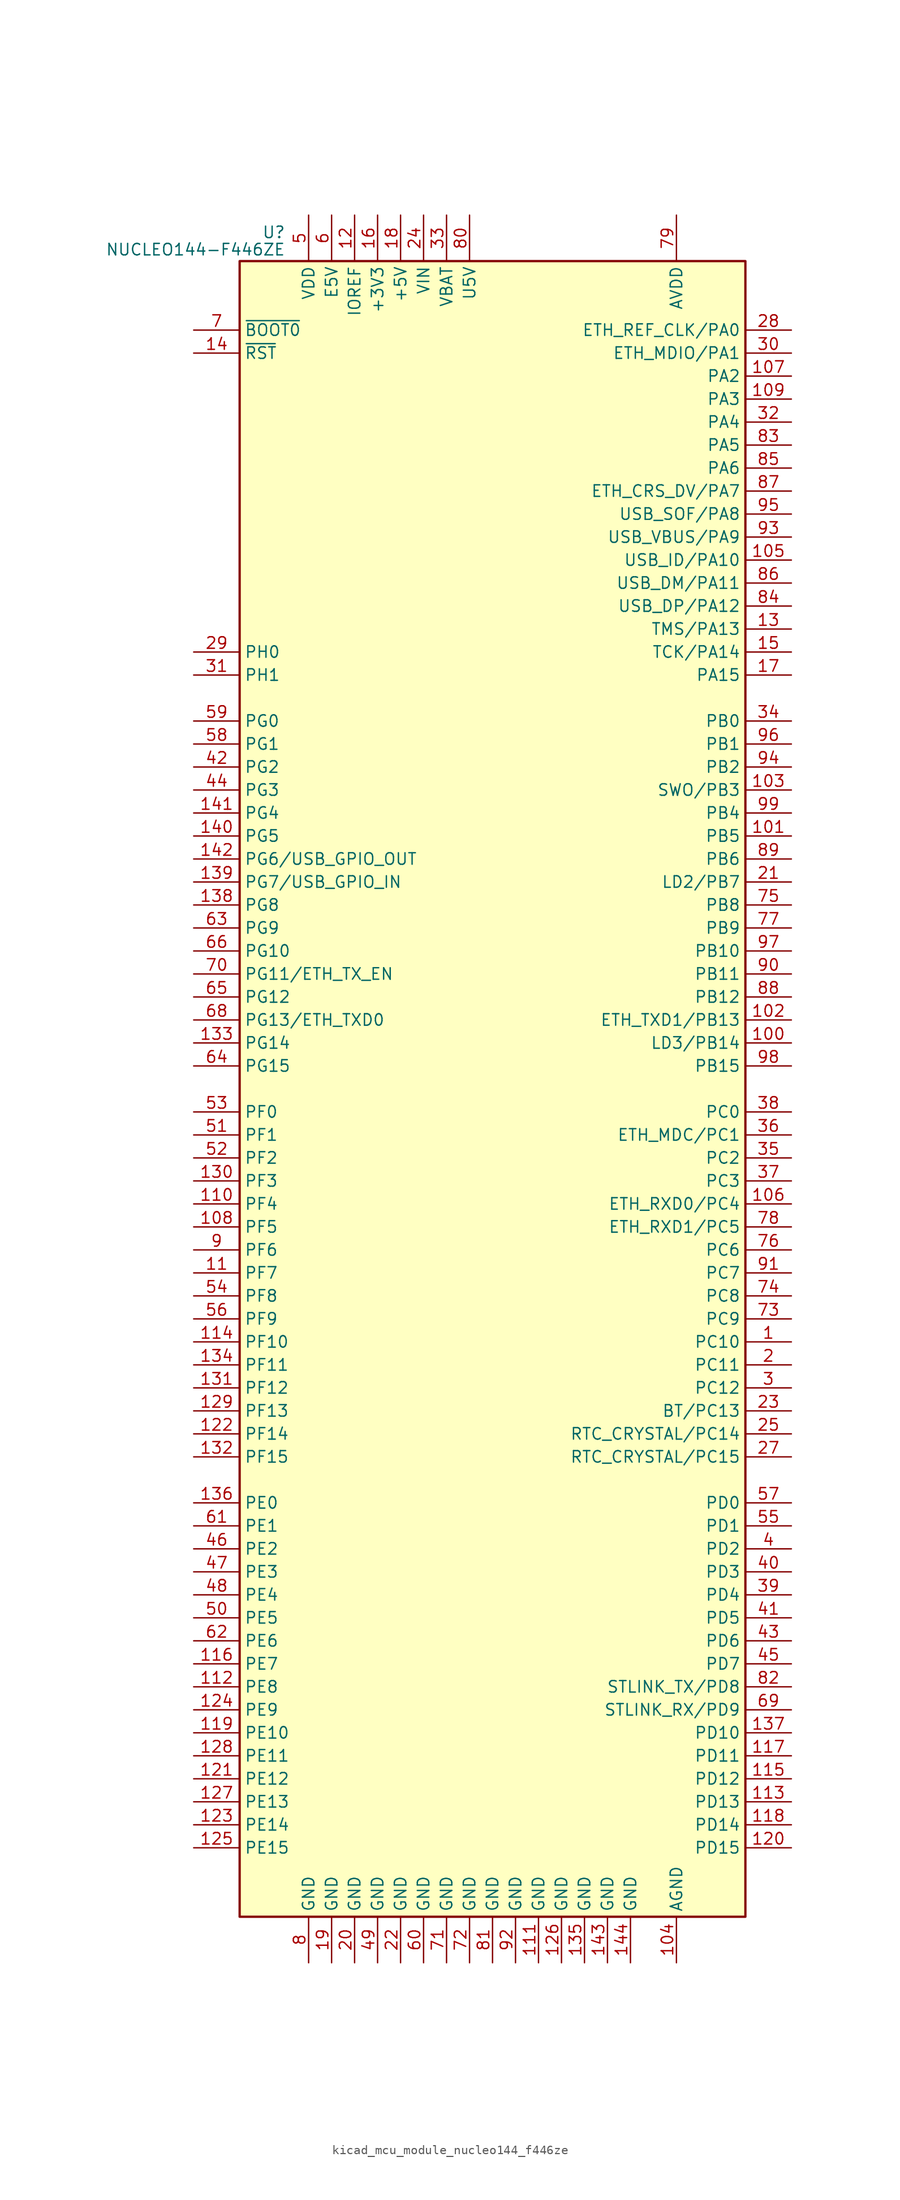
<source format=kicad_sym>
(kicad_symbol_lib
  (version 20220914)
  (generator kicad_symbol_editor)
  (symbol "kicad_mcu_module_nucleo144_f446ze"
    (property "Reference" "U"
      (at -22.86 94.615 0)
      (effects (font (size 1.27 1.27)) (justify right)))
    (property "Value" "NUCLEO144-F446ZE"
      (at -22.86 92.71 0)
      (effects (font (size 1.27 1.27)) (justify right)))
    (symbol "kicad_mcu_module_nucleo144_f446ze_0_1"
      (rectangle (start -27.94 -91.44) (end 27.94 91.44) (stroke (width 0.254) (type default)) (fill (type background))))
    (symbol "kicad_mcu_module_nucleo144_f446ze_1_1"
      (pin bidirectional line (at 33.02 -27.94 180) (length 5.08) (name "PC10" (effects (font (size 1.27 1.27)))) (number "1" (effects (font (size 1.27 1.27)))))
      (pin no_connect line (at -27.94 55.88 0) (length 5.08) hide (name "NC" (effects (font (size 1.27 1.27)))) (number "10" (effects (font (size 1.27 1.27)))))
      (pin bidirectional line (at 33.02 5.08 180) (length 5.08) (name "LD3/PB14" (effects (font (size 1.27 1.27)))) (number "100" (effects (font (size 1.27 1.27)))))
      (pin bidirectional line (at 33.02 27.94 180) (length 5.08) (name "PB5" (effects (font (size 1.27 1.27)))) (number "101" (effects (font (size 1.27 1.27)))))
      (pin bidirectional line (at 33.02 7.62 180) (length 5.08) (name "ETH_TXD1/PB13" (effects (font (size 1.27 1.27)))) (number "102" (effects (font (size 1.27 1.27)))))
      (pin bidirectional line (at 33.02 33.02 180) (length 5.08) (name "SWO/PB3" (effects (font (size 1.27 1.27)))) (number "103" (effects (font (size 1.27 1.27)))))
      (pin power_in line (at 20.32 -96.52 90) (length 5.08) (name "AGND" (effects (font (size 1.27 1.27)))) (number "104" (effects (font (size 1.27 1.27)))))
      (pin bidirectional line (at 33.02 58.42 180) (length 5.08) (name "USB_ID/PA10" (effects (font (size 1.27 1.27)))) (number "105" (effects (font (size 1.27 1.27)))))
      (pin bidirectional line (at 33.02 -12.7 180) (length 5.08) (name "ETH_RXD0/PC4" (effects (font (size 1.27 1.27)))) (number "106" (effects (font (size 1.27 1.27)))))
      (pin bidirectional line (at 33.02 78.74 180) (length 5.08) (name "PA2" (effects (font (size 1.27 1.27)))) (number "107" (effects (font (size 1.27 1.27)))))
      (pin bidirectional line (at -33.02 -15.24 0) (length 5.08) (name "PF5" (effects (font (size 1.27 1.27)))) (number "108" (effects (font (size 1.27 1.27)))))
      (pin bidirectional line (at 33.02 76.2 180) (length 5.08) (name "PA3" (effects (font (size 1.27 1.27)))) (number "109" (effects (font (size 1.27 1.27)))))
      (pin bidirectional line (at -33.02 -20.32 0) (length 5.08) (name "PF7" (effects (font (size 1.27 1.27)))) (number "11" (effects (font (size 1.27 1.27)))))
      (pin bidirectional line (at -33.02 -12.7 0) (length 5.08) (name "PF4" (effects (font (size 1.27 1.27)))) (number "110" (effects (font (size 1.27 1.27)))))
      (pin power_in line (at 5.08 -96.52 90) (length 5.08) (name "GND" (effects (font (size 1.27 1.27)))) (number "111" (effects (font (size 1.27 1.27)))))
      (pin bidirectional line (at -33.02 -66.04 0) (length 5.08) (name "PE8" (effects (font (size 1.27 1.27)))) (number "112" (effects (font (size 1.27 1.27)))))
      (pin bidirectional line (at 33.02 -78.74 180) (length 5.08) (name "PD13" (effects (font (size 1.27 1.27)))) (number "113" (effects (font (size 1.27 1.27)))))
      (pin bidirectional line (at -33.02 -27.94 0) (length 5.08) (name "PF10" (effects (font (size 1.27 1.27)))) (number "114" (effects (font (size 1.27 1.27)))))
      (pin bidirectional line (at 33.02 -76.2 180) (length 5.08) (name "PD12" (effects (font (size 1.27 1.27)))) (number "115" (effects (font (size 1.27 1.27)))))
      (pin bidirectional line (at -33.02 -63.5 0) (length 5.08) (name "PE7" (effects (font (size 1.27 1.27)))) (number "116" (effects (font (size 1.27 1.27)))))
      (pin bidirectional line (at 33.02 -73.66 180) (length 5.08) (name "PD11" (effects (font (size 1.27 1.27)))) (number "117" (effects (font (size 1.27 1.27)))))
      (pin bidirectional line (at 33.02 -81.28 180) (length 5.08) (name "PD14" (effects (font (size 1.27 1.27)))) (number "118" (effects (font (size 1.27 1.27)))))
      (pin bidirectional line (at -33.02 -71.12 0) (length 5.08) (name "PE10" (effects (font (size 1.27 1.27)))) (number "119" (effects (font (size 1.27 1.27)))))
      (pin power_in line (at -15.24 96.52 270) (length 5.08) (name "IOREF" (effects (font (size 1.27 1.27)))) (number "12" (effects (font (size 1.27 1.27)))))
      (pin bidirectional line (at 33.02 -83.82 180) (length 5.08) (name "PD15" (effects (font (size 1.27 1.27)))) (number "120" (effects (font (size 1.27 1.27)))))
      (pin bidirectional line (at -33.02 -76.2 0) (length 5.08) (name "PE12" (effects (font (size 1.27 1.27)))) (number "121" (effects (font (size 1.27 1.27)))))
      (pin bidirectional line (at -33.02 -38.1 0) (length 5.08) (name "PF14" (effects (font (size 1.27 1.27)))) (number "122" (effects (font (size 1.27 1.27)))))
      (pin bidirectional line (at -33.02 -81.28 0) (length 5.08) (name "PE14" (effects (font (size 1.27 1.27)))) (number "123" (effects (font (size 1.27 1.27)))))
      (pin bidirectional line (at -33.02 -68.58 0) (length 5.08) (name "PE9" (effects (font (size 1.27 1.27)))) (number "124" (effects (font (size 1.27 1.27)))))
      (pin bidirectional line (at -33.02 -83.82 0) (length 5.08) (name "PE15" (effects (font (size 1.27 1.27)))) (number "125" (effects (font (size 1.27 1.27)))))
      (pin power_in line (at 7.62 -96.52 90) (length 5.08) (name "GND" (effects (font (size 1.27 1.27)))) (number "126" (effects (font (size 1.27 1.27)))))
      (pin bidirectional line (at -33.02 -78.74 0) (length 5.08) (name "PE13" (effects (font (size 1.27 1.27)))) (number "127" (effects (font (size 1.27 1.27)))))
      (pin bidirectional line (at -33.02 -73.66 0) (length 5.08) (name "PE11" (effects (font (size 1.27 1.27)))) (number "128" (effects (font (size 1.27 1.27)))))
      (pin bidirectional line (at -33.02 -35.56 0) (length 5.08) (name "PF13" (effects (font (size 1.27 1.27)))) (number "129" (effects (font (size 1.27 1.27)))))
      (pin bidirectional line (at 33.02 50.8 180) (length 5.08) (name "TMS/PA13" (effects (font (size 1.27 1.27)))) (number "13" (effects (font (size 1.27 1.27)))))
      (pin bidirectional line (at -33.02 -10.16 0) (length 5.08) (name "PF3" (effects (font (size 1.27 1.27)))) (number "130" (effects (font (size 1.27 1.27)))))
      (pin bidirectional line (at -33.02 -33.02 0) (length 5.08) (name "PF12" (effects (font (size 1.27 1.27)))) (number "131" (effects (font (size 1.27 1.27)))))
      (pin bidirectional line (at -33.02 -40.64 0) (length 5.08) (name "PF15" (effects (font (size 1.27 1.27)))) (number "132" (effects (font (size 1.27 1.27)))))
      (pin bidirectional line (at -33.02 5.08 0) (length 5.08) (name "PG14" (effects (font (size 1.27 1.27)))) (number "133" (effects (font (size 1.27 1.27)))))
      (pin bidirectional line (at -33.02 -30.48 0) (length 5.08) (name "PF11" (effects (font (size 1.27 1.27)))) (number "134" (effects (font (size 1.27 1.27)))))
      (pin power_in line (at 10.16 -96.52 90) (length 5.08) (name "GND" (effects (font (size 1.27 1.27)))) (number "135" (effects (font (size 1.27 1.27)))))
      (pin bidirectional line (at -33.02 -45.72 0) (length 5.08) (name "PE0" (effects (font (size 1.27 1.27)))) (number "136" (effects (font (size 1.27 1.27)))))
      (pin bidirectional line (at 33.02 -71.12 180) (length 5.08) (name "PD10" (effects (font (size 1.27 1.27)))) (number "137" (effects (font (size 1.27 1.27)))))
      (pin bidirectional line (at -33.02 20.32 0) (length 5.08) (name "PG8" (effects (font (size 1.27 1.27)))) (number "138" (effects (font (size 1.27 1.27)))))
      (pin bidirectional line (at -33.02 22.86 0) (length 5.08) (name "PG7/USB_GPIO_IN" (effects (font (size 1.27 1.27)))) (number "139" (effects (font (size 1.27 1.27)))))
      (pin input line (at -33.02 81.28 0) (length 5.08) (name "~{RST}" (effects (font (size 1.27 1.27)))) (number "14" (effects (font (size 1.27 1.27)))))
      (pin bidirectional line (at -33.02 27.94 0) (length 5.08) (name "PG5" (effects (font (size 1.27 1.27)))) (number "140" (effects (font (size 1.27 1.27)))))
      (pin bidirectional line (at -33.02 30.48 0) (length 5.08) (name "PG4" (effects (font (size 1.27 1.27)))) (number "141" (effects (font (size 1.27 1.27)))))
      (pin bidirectional line (at -33.02 25.4 0) (length 5.08) (name "PG6/USB_GPIO_OUT" (effects (font (size 1.27 1.27)))) (number "142" (effects (font (size 1.27 1.27)))))
      (pin power_in line (at 12.7 -96.52 90) (length 5.08) (name "GND" (effects (font (size 1.27 1.27)))) (number "143" (effects (font (size 1.27 1.27)))))
      (pin power_in line (at 15.24 -96.52 90) (length 5.08) (name "GND" (effects (font (size 1.27 1.27)))) (number "144" (effects (font (size 1.27 1.27)))))
      (pin bidirectional line (at 33.02 48.26 180) (length 5.08) (name "TCK/PA14" (effects (font (size 1.27 1.27)))) (number "15" (effects (font (size 1.27 1.27)))))
      (pin power_in line (at -12.7 96.52 270) (length 5.08) (name "+3V3" (effects (font (size 1.27 1.27)))) (number "16" (effects (font (size 1.27 1.27)))))
      (pin bidirectional line (at 33.02 45.72 180) (length 5.08) (name "PA15" (effects (font (size 1.27 1.27)))) (number "17" (effects (font (size 1.27 1.27)))))
      (pin power_in line (at -10.16 96.52 270) (length 5.08) (name "+5V" (effects (font (size 1.27 1.27)))) (number "18" (effects (font (size 1.27 1.27)))))
      (pin power_in line (at -17.78 -96.52 90) (length 5.08) (name "GND" (effects (font (size 1.27 1.27)))) (number "19" (effects (font (size 1.27 1.27)))))
      (pin bidirectional line (at 33.02 -30.48 180) (length 5.08) (name "PC11" (effects (font (size 1.27 1.27)))) (number "2" (effects (font (size 1.27 1.27)))))
      (pin power_in line (at -15.24 -96.52 90) (length 5.08) (name "GND" (effects (font (size 1.27 1.27)))) (number "20" (effects (font (size 1.27 1.27)))))
      (pin bidirectional line (at 33.02 22.86 180) (length 5.08) (name "LD2/PB7" (effects (font (size 1.27 1.27)))) (number "21" (effects (font (size 1.27 1.27)))))
      (pin power_in line (at -10.16 -96.52 90) (length 5.08) (name "GND" (effects (font (size 1.27 1.27)))) (number "22" (effects (font (size 1.27 1.27)))))
      (pin bidirectional line (at 33.02 -35.56 180) (length 5.08) (name "BT/PC13" (effects (font (size 1.27 1.27)))) (number "23" (effects (font (size 1.27 1.27)))))
      (pin power_in line (at -7.62 96.52 270) (length 5.08) (name "VIN" (effects (font (size 1.27 1.27)))) (number "24" (effects (font (size 1.27 1.27)))))
      (pin bidirectional line (at 33.02 -38.1 180) (length 5.08) (name "RTC_CRYSTAL/PC14" (effects (font (size 1.27 1.27)))) (number "25" (effects (font (size 1.27 1.27)))))
      (pin no_connect line (at -27.94 58.42 0) (length 5.08) hide (name "NC" (effects (font (size 1.27 1.27)))) (number "26" (effects (font (size 1.27 1.27)))))
      (pin bidirectional line (at 33.02 -40.64 180) (length 5.08) (name "RTC_CRYSTAL/PC15" (effects (font (size 1.27 1.27)))) (number "27" (effects (font (size 1.27 1.27)))))
      (pin bidirectional line (at 33.02 83.82 180) (length 5.08) (name "ETH_REF_CLK/PA0" (effects (font (size 1.27 1.27)))) (number "28" (effects (font (size 1.27 1.27)))))
      (pin bidirectional line (at -33.02 48.26 0) (length 5.08) (name "PH0" (effects (font (size 1.27 1.27)))) (number "29" (effects (font (size 1.27 1.27)))))
      (pin bidirectional line (at 33.02 -33.02 180) (length 5.08) (name "PC12" (effects (font (size 1.27 1.27)))) (number "3" (effects (font (size 1.27 1.27)))))
      (pin bidirectional line (at 33.02 81.28 180) (length 5.08) (name "ETH_MDIO/PA1" (effects (font (size 1.27 1.27)))) (number "30" (effects (font (size 1.27 1.27)))))
      (pin bidirectional line (at -33.02 45.72 0) (length 5.08) (name "PH1" (effects (font (size 1.27 1.27)))) (number "31" (effects (font (size 1.27 1.27)))))
      (pin bidirectional line (at 33.02 73.66 180) (length 5.08) (name "PA4" (effects (font (size 1.27 1.27)))) (number "32" (effects (font (size 1.27 1.27)))))
      (pin power_in line (at -5.08 96.52 270) (length 5.08) (name "VBAT" (effects (font (size 1.27 1.27)))) (number "33" (effects (font (size 1.27 1.27)))))
      (pin bidirectional line (at 33.02 40.64 180) (length 5.08) (name "PB0" (effects (font (size 1.27 1.27)))) (number "34" (effects (font (size 1.27 1.27)))))
      (pin bidirectional line (at 33.02 -7.62 180) (length 5.08) (name "PC2" (effects (font (size 1.27 1.27)))) (number "35" (effects (font (size 1.27 1.27)))))
      (pin bidirectional line (at 33.02 -5.08 180) (length 5.08) (name "ETH_MDC/PC1" (effects (font (size 1.27 1.27)))) (number "36" (effects (font (size 1.27 1.27)))))
      (pin bidirectional line (at 33.02 -10.16 180) (length 5.08) (name "PC3" (effects (font (size 1.27 1.27)))) (number "37" (effects (font (size 1.27 1.27)))))
      (pin bidirectional line (at 33.02 -2.54 180) (length 5.08) (name "PC0" (effects (font (size 1.27 1.27)))) (number "38" (effects (font (size 1.27 1.27)))))
      (pin bidirectional line (at 33.02 -55.88 180) (length 5.08) (name "PD4" (effects (font (size 1.27 1.27)))) (number "39" (effects (font (size 1.27 1.27)))))
      (pin bidirectional line (at 33.02 -50.8 180) (length 5.08) (name "PD2" (effects (font (size 1.27 1.27)))) (number "4" (effects (font (size 1.27 1.27)))))
      (pin bidirectional line (at 33.02 -53.34 180) (length 5.08) (name "PD3" (effects (font (size 1.27 1.27)))) (number "40" (effects (font (size 1.27 1.27)))))
      (pin bidirectional line (at 33.02 -58.42 180) (length 5.08) (name "PD5" (effects (font (size 1.27 1.27)))) (number "41" (effects (font (size 1.27 1.27)))))
      (pin bidirectional line (at -33.02 35.56 0) (length 5.08) (name "PG2" (effects (font (size 1.27 1.27)))) (number "42" (effects (font (size 1.27 1.27)))))
      (pin bidirectional line (at 33.02 -60.96 180) (length 5.08) (name "PD6" (effects (font (size 1.27 1.27)))) (number "43" (effects (font (size 1.27 1.27)))))
      (pin bidirectional line (at -33.02 33.02 0) (length 5.08) (name "PG3" (effects (font (size 1.27 1.27)))) (number "44" (effects (font (size 1.27 1.27)))))
      (pin bidirectional line (at 33.02 -63.5 180) (length 5.08) (name "PD7" (effects (font (size 1.27 1.27)))) (number "45" (effects (font (size 1.27 1.27)))))
      (pin bidirectional line (at -33.02 -50.8 0) (length 5.08) (name "PE2" (effects (font (size 1.27 1.27)))) (number "46" (effects (font (size 1.27 1.27)))))
      (pin bidirectional line (at -33.02 -53.34 0) (length 5.08) (name "PE3" (effects (font (size 1.27 1.27)))) (number "47" (effects (font (size 1.27 1.27)))))
      (pin bidirectional line (at -33.02 -55.88 0) (length 5.08) (name "PE4" (effects (font (size 1.27 1.27)))) (number "48" (effects (font (size 1.27 1.27)))))
      (pin power_in line (at -12.7 -96.52 90) (length 5.08) (name "GND" (effects (font (size 1.27 1.27)))) (number "49" (effects (font (size 1.27 1.27)))))
      (pin power_in line (at -20.32 96.52 270) (length 5.08) (name "VDD" (effects (font (size 1.27 1.27)))) (number "5" (effects (font (size 1.27 1.27)))))
      (pin bidirectional line (at -33.02 -58.42 0) (length 5.08) (name "PE5" (effects (font (size 1.27 1.27)))) (number "50" (effects (font (size 1.27 1.27)))))
      (pin bidirectional line (at -33.02 -5.08 0) (length 5.08) (name "PF1" (effects (font (size 1.27 1.27)))) (number "51" (effects (font (size 1.27 1.27)))))
      (pin bidirectional line (at -33.02 -7.62 0) (length 5.08) (name "PF2" (effects (font (size 1.27 1.27)))) (number "52" (effects (font (size 1.27 1.27)))))
      (pin bidirectional line (at -33.02 -2.54 0) (length 5.08) (name "PF0" (effects (font (size 1.27 1.27)))) (number "53" (effects (font (size 1.27 1.27)))))
      (pin bidirectional line (at -33.02 -22.86 0) (length 5.08) (name "PF8" (effects (font (size 1.27 1.27)))) (number "54" (effects (font (size 1.27 1.27)))))
      (pin bidirectional line (at 33.02 -48.26 180) (length 5.08) (name "PD1" (effects (font (size 1.27 1.27)))) (number "55" (effects (font (size 1.27 1.27)))))
      (pin bidirectional line (at -33.02 -25.4 0) (length 5.08) (name "PF9" (effects (font (size 1.27 1.27)))) (number "56" (effects (font (size 1.27 1.27)))))
      (pin bidirectional line (at 33.02 -45.72 180) (length 5.08) (name "PD0" (effects (font (size 1.27 1.27)))) (number "57" (effects (font (size 1.27 1.27)))))
      (pin bidirectional line (at -33.02 38.1 0) (length 5.08) (name "PG1" (effects (font (size 1.27 1.27)))) (number "58" (effects (font (size 1.27 1.27)))))
      (pin bidirectional line (at -33.02 40.64 0) (length 5.08) (name "PG0" (effects (font (size 1.27 1.27)))) (number "59" (effects (font (size 1.27 1.27)))))
      (pin power_in line (at -17.78 96.52 270) (length 5.08) (name "E5V" (effects (font (size 1.27 1.27)))) (number "6" (effects (font (size 1.27 1.27)))))
      (pin power_in line (at -7.62 -96.52 90) (length 5.08) (name "GND" (effects (font (size 1.27 1.27)))) (number "60" (effects (font (size 1.27 1.27)))))
      (pin bidirectional line (at -33.02 -48.26 0) (length 5.08) (name "PE1" (effects (font (size 1.27 1.27)))) (number "61" (effects (font (size 1.27 1.27)))))
      (pin bidirectional line (at -33.02 -60.96 0) (length 5.08) (name "PE6" (effects (font (size 1.27 1.27)))) (number "62" (effects (font (size 1.27 1.27)))))
      (pin bidirectional line (at -33.02 17.78 0) (length 5.08) (name "PG9" (effects (font (size 1.27 1.27)))) (number "63" (effects (font (size 1.27 1.27)))))
      (pin bidirectional line (at -33.02 2.54 0) (length 5.08) (name "PG15" (effects (font (size 1.27 1.27)))) (number "64" (effects (font (size 1.27 1.27)))))
      (pin bidirectional line (at -33.02 10.16 0) (length 5.08) (name "PG12" (effects (font (size 1.27 1.27)))) (number "65" (effects (font (size 1.27 1.27)))))
      (pin bidirectional line (at -33.02 15.24 0) (length 5.08) (name "PG10" (effects (font (size 1.27 1.27)))) (number "66" (effects (font (size 1.27 1.27)))))
      (pin no_connect line (at -27.94 53.34 0) (length 5.08) hide (name "NC" (effects (font (size 1.27 1.27)))) (number "67" (effects (font (size 1.27 1.27)))))
      (pin bidirectional line (at -33.02 7.62 0) (length 5.08) (name "PG13/ETH_TXD0" (effects (font (size 1.27 1.27)))) (number "68" (effects (font (size 1.27 1.27)))))
      (pin bidirectional line (at 33.02 -68.58 180) (length 5.08) (name "STLINK_RX/PD9" (effects (font (size 1.27 1.27)))) (number "69" (effects (font (size 1.27 1.27)))))
      (pin input line (at -33.02 83.82 0) (length 5.08) (name "~{BOOT0}" (effects (font (size 1.27 1.27)))) (number "7" (effects (font (size 1.27 1.27)))))
      (pin bidirectional line (at -33.02 12.7 0) (length 5.08) (name "PG11/ETH_TX_EN" (effects (font (size 1.27 1.27)))) (number "70" (effects (font (size 1.27 1.27)))))
      (pin power_in line (at -5.08 -96.52 90) (length 5.08) (name "GND" (effects (font (size 1.27 1.27)))) (number "71" (effects (font (size 1.27 1.27)))))
      (pin power_in line (at -2.54 -96.52 90) (length 5.08) (name "GND" (effects (font (size 1.27 1.27)))) (number "72" (effects (font (size 1.27 1.27)))))
      (pin bidirectional line (at 33.02 -25.4 180) (length 5.08) (name "PC9" (effects (font (size 1.27 1.27)))) (number "73" (effects (font (size 1.27 1.27)))))
      (pin bidirectional line (at 33.02 -22.86 180) (length 5.08) (name "PC8" (effects (font (size 1.27 1.27)))) (number "74" (effects (font (size 1.27 1.27)))))
      (pin bidirectional line (at 33.02 20.32 180) (length 5.08) (name "PB8" (effects (font (size 1.27 1.27)))) (number "75" (effects (font (size 1.27 1.27)))))
      (pin bidirectional line (at 33.02 -17.78 180) (length 5.08) (name "PC6" (effects (font (size 1.27 1.27)))) (number "76" (effects (font (size 1.27 1.27)))))
      (pin bidirectional line (at 33.02 17.78 180) (length 5.08) (name "PB9" (effects (font (size 1.27 1.27)))) (number "77" (effects (font (size 1.27 1.27)))))
      (pin bidirectional line (at 33.02 -15.24 180) (length 5.08) (name "ETH_RXD1/PC5" (effects (font (size 1.27 1.27)))) (number "78" (effects (font (size 1.27 1.27)))))
      (pin power_in line (at 20.32 96.52 270) (length 5.08) (name "AVDD" (effects (font (size 1.27 1.27)))) (number "79" (effects (font (size 1.27 1.27)))))
      (pin power_in line (at -20.32 -96.52 90) (length 5.08) (name "GND" (effects (font (size 1.27 1.27)))) (number "8" (effects (font (size 1.27 1.27)))))
      (pin power_in line (at -2.54 96.52 270) (length 5.08) (name "U5V" (effects (font (size 1.27 1.27)))) (number "80" (effects (font (size 1.27 1.27)))))
      (pin power_in line (at 0 -96.52 90) (length 5.08) (name "GND" (effects (font (size 1.27 1.27)))) (number "81" (effects (font (size 1.27 1.27)))))
      (pin bidirectional line (at 33.02 -66.04 180) (length 5.08) (name "STLINK_TX/PD8" (effects (font (size 1.27 1.27)))) (number "82" (effects (font (size 1.27 1.27)))))
      (pin bidirectional line (at 33.02 71.12 180) (length 5.08) (name "PA5" (effects (font (size 1.27 1.27)))) (number "83" (effects (font (size 1.27 1.27)))))
      (pin bidirectional line (at 33.02 53.34 180) (length 5.08) (name "USB_DP/PA12" (effects (font (size 1.27 1.27)))) (number "84" (effects (font (size 1.27 1.27)))))
      (pin bidirectional line (at 33.02 68.58 180) (length 5.08) (name "PA6" (effects (font (size 1.27 1.27)))) (number "85" (effects (font (size 1.27 1.27)))))
      (pin bidirectional line (at 33.02 55.88 180) (length 5.08) (name "USB_DM/PA11" (effects (font (size 1.27 1.27)))) (number "86" (effects (font (size 1.27 1.27)))))
      (pin bidirectional line (at 33.02 66.04 180) (length 5.08) (name "ETH_CRS_DV/PA7" (effects (font (size 1.27 1.27)))) (number "87" (effects (font (size 1.27 1.27)))))
      (pin bidirectional line (at 33.02 10.16 180) (length 5.08) (name "PB12" (effects (font (size 1.27 1.27)))) (number "88" (effects (font (size 1.27 1.27)))))
      (pin bidirectional line (at 33.02 25.4 180) (length 5.08) (name "PB6" (effects (font (size 1.27 1.27)))) (number "89" (effects (font (size 1.27 1.27)))))
      (pin bidirectional line (at -33.02 -17.78 0) (length 5.08) (name "PF6" (effects (font (size 1.27 1.27)))) (number "9" (effects (font (size 1.27 1.27)))))
      (pin bidirectional line (at 33.02 12.7 180) (length 5.08) (name "PB11" (effects (font (size 1.27 1.27)))) (number "90" (effects (font (size 1.27 1.27)))))
      (pin bidirectional line (at 33.02 -20.32 180) (length 5.08) (name "PC7" (effects (font (size 1.27 1.27)))) (number "91" (effects (font (size 1.27 1.27)))))
      (pin power_in line (at 2.54 -96.52 90) (length 5.08) (name "GND" (effects (font (size 1.27 1.27)))) (number "92" (effects (font (size 1.27 1.27)))))
      (pin bidirectional line (at 33.02 60.96 180) (length 5.08) (name "USB_VBUS/PA9" (effects (font (size 1.27 1.27)))) (number "93" (effects (font (size 1.27 1.27)))))
      (pin bidirectional line (at 33.02 35.56 180) (length 5.08) (name "PB2" (effects (font (size 1.27 1.27)))) (number "94" (effects (font (size 1.27 1.27)))))
      (pin bidirectional line (at 33.02 63.5 180) (length 5.08) (name "USB_SOF/PA8" (effects (font (size 1.27 1.27)))) (number "95" (effects (font (size 1.27 1.27)))))
      (pin bidirectional line (at 33.02 38.1 180) (length 5.08) (name "PB1" (effects (font (size 1.27 1.27)))) (number "96" (effects (font (size 1.27 1.27)))))
      (pin bidirectional line (at 33.02 15.24 180) (length 5.08) (name "PB10" (effects (font (size 1.27 1.27)))) (number "97" (effects (font (size 1.27 1.27)))))
      (pin bidirectional line (at 33.02 2.54 180) (length 5.08) (name "PB15" (effects (font (size 1.27 1.27)))) (number "98" (effects (font (size 1.27 1.27)))))
      (pin bidirectional line (at 33.02 30.48 180) (length 5.08) (name "PB4" (effects (font (size 1.27 1.27)))) (number "99" (effects (font (size 1.27 1.27))))))))
</source>
